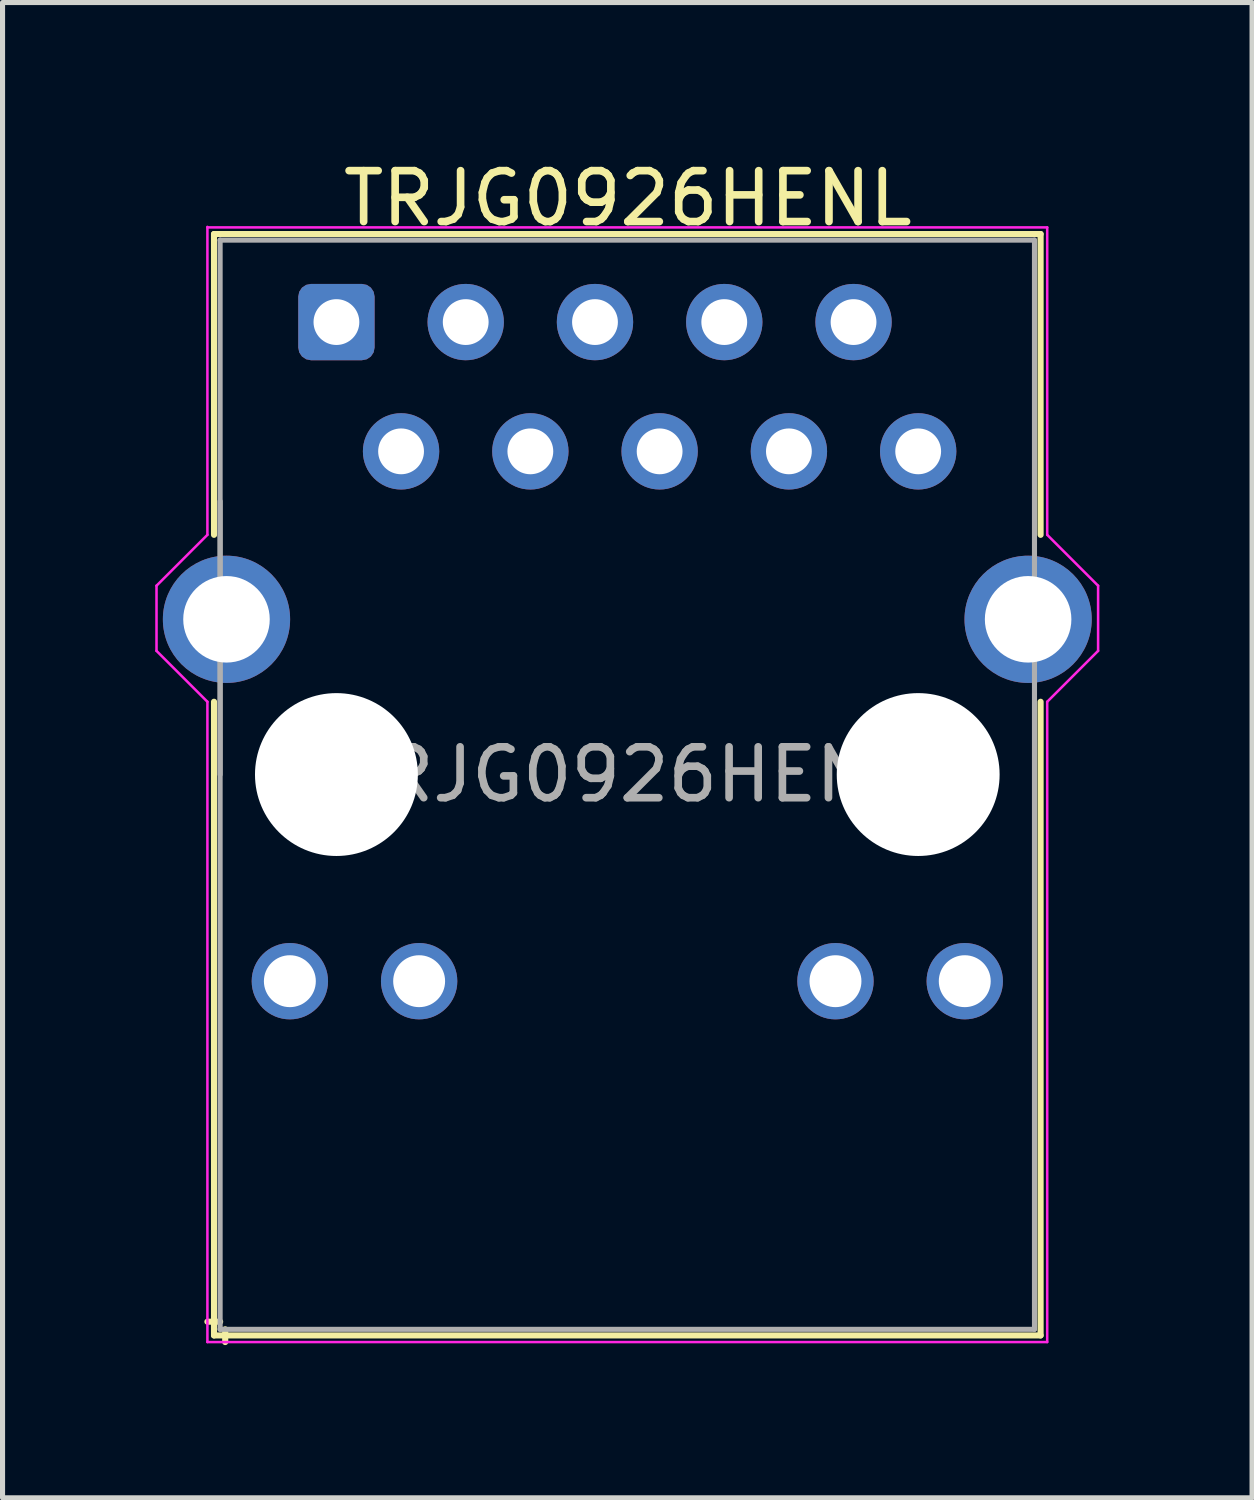
<source format=kicad_pcb>
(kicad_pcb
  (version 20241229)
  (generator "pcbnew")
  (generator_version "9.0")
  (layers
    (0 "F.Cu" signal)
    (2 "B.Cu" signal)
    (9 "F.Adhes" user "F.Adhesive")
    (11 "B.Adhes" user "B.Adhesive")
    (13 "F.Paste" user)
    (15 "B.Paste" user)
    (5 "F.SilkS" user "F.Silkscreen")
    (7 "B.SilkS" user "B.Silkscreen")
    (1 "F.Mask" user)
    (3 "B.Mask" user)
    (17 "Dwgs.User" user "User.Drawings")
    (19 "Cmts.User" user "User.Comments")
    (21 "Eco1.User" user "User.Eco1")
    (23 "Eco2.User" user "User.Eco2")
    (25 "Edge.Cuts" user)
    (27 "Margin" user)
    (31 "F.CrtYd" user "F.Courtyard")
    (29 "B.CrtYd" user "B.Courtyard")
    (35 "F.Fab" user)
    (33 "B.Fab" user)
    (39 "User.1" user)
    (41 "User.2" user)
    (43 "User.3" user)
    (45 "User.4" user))
  (footprint "TRJG0926HENL"
    (layer "F.Cu")
    (at 9.275 12.168)
    (property "Reference" "TRJG0926HENL" (at 0.01 -11.32 0) (layer "F.SilkS") (effects (font (size 1 1) (thickness 0.15))))
    (attr through_hole)
    (fp_line (start -8.12 -10.62) (end -8.12 -4.71) (stroke (width 0.12) (type solid)) (layer "F.SilkS"))
    (fp_line (start -8.12 -10.62) (end 8.12 -10.62) (stroke (width 0.12) (type solid)) (layer "F.SilkS"))
    (fp_line (start -8.12 -1.43) (end -8.12 11.02) (stroke (width 0.12) (type solid)) (layer "F.SilkS"))
    (fp_line (start -8 10.75) (end -8.25 10.75) (stroke (width 0.12) (type solid)) (layer "F.SilkS"))
    (fp_line (start -7.9 10.9) (end -7.9 11.15) (stroke (width 0.12) (type solid)) (layer "F.SilkS"))
    (fp_line (start 8.12 -10.62) (end 8.12 -4.71) (stroke (width 0.12) (type solid)) (layer "F.SilkS"))
    (fp_line (start 8.12 -1.43) (end 8.12 11.02) (stroke (width 0.12) (type solid)) (layer "F.SilkS"))
    (fp_line (start 8.12 11.02) (end -8.12 11.02) (stroke (width 0.12) (type solid)) (layer "F.SilkS"))
    (fp_line (start -9.25 -2.43) (end -9.25 -3.71) (stroke (width 0.05) (type solid)) (layer "F.CrtYd"))
    (fp_line (start -9.25 -2.43) (end -8.25 -1.43) (stroke (width 0.05) (type solid)) (layer "F.CrtYd"))
    (fp_line (start -8.25 -10.75) (end 8.25 -10.75) (stroke (width 0.05) (type solid)) (layer "F.CrtYd"))
    (fp_line (start -8.25 -4.71) (end -9.25 -3.71) (stroke (width 0.05) (type solid)) (layer "F.CrtYd"))
    (fp_line (start -8.25 -4.71) (end -8.25 -10.76) (stroke (width 0.05) (type solid)) (layer "F.CrtYd"))
    (fp_line (start -8.25 -1.43) (end -8.25 11.15) (stroke (width 0.05) (type solid)) (layer "F.CrtYd"))
    (fp_line (start -8.25 11.15) (end 8.25 11.15) (stroke (width 0.05) (type solid)) (layer "F.CrtYd"))
    (fp_line (start 8.25 -4.71) (end 8.25 -10.75) (stroke (width 0.05) (type solid)) (layer "F.CrtYd"))
    (fp_line (start 8.25 -4.71) (end 9.25 -3.71) (stroke (width 0.05) (type solid)) (layer "F.CrtYd"))
    (fp_line (start 8.25 -1.43) (end 8.25 11.15) (stroke (width 0.05) (type solid)) (layer "F.CrtYd"))
    (fp_line (start 9.25 -2.43) (end 8.25 -1.43) (stroke (width 0.05) (type solid)) (layer "F.CrtYd"))
    (fp_line (start 9.25 -2.43) (end 9.25 -3.71) (stroke (width 0.05) (type solid)) (layer "F.CrtYd"))
    (fp_line (start -8 -10.5) (end -8 0) (stroke (width 0.1) (type solid)) (layer "F.Fab"))
    (fp_line (start -8 -10.5) (end 8 -10.5) (stroke (width 0.1) (type solid)) (layer "F.Fab"))
    (fp_line (start -8 -5.37) (end -8 10.9) (stroke (width 0.1) (type solid)) (layer "F.Fab"))
    (fp_line (start -8 10.9) (end 8 10.9) (stroke (width 0.1) (type solid)) (layer "F.Fab"))
    (fp_line (start 8 -10.5) (end 8 10.9) (stroke (width 0.1) (type solid)) (layer "F.Fab"))
    (fp_text user "${REFERENCE}" (at 0 0 0) (layer "F.Fab") (effects (font (size 1 1) (thickness 0.15))))
    (pad "" np_thru_hole circle (at -5.715 0) (size 3.2 3.2) (drill 3.2) (layers "*.Cu" "*.Mask"))
    (pad "" np_thru_hole circle (at 5.715 0) (size 3.2 3.2) (drill 3.2) (layers "*.Cu" "*.Mask"))
    (pad "1" thru_hole roundrect (at -5.715 -8.89) (size 1.5 1.5) (drill 0.9) (layers "*.Cu" "*.Mask") (roundrect_rratio 0.167))
    (pad "2" thru_hole circle (at -4.445 -6.35) (size 1.5 1.5) (drill 0.9) (layers "*.Cu" "*.Mask"))
    (pad "3" thru_hole circle (at -3.175 -8.89) (size 1.5 1.5) (drill 0.9) (layers "*.Cu" "*.Mask"))
    (pad "4" thru_hole circle (at -1.905 -6.35) (size 1.5 1.5) (drill 0.9) (layers "*.Cu" "*.Mask"))
    (pad "5" thru_hole circle (at -0.635 -8.89) (size 1.5 1.5) (drill 0.9) (layers "*.Cu" "*.Mask"))
    (pad "6" thru_hole circle (at 0.635 -6.35 90) (size 1.5 1.5) (drill 0.9) (layers "*.Cu" "*.Mask"))
    (pad "7" thru_hole circle (at 1.905 -8.89) (size 1.5 1.5) (drill 0.9) (layers "*.Cu" "*.Mask"))
    (pad "8" thru_hole circle (at 3.175 -6.35) (size 1.5 1.5) (drill 0.9) (layers "*.Cu" "*.Mask"))
    (pad "9" thru_hole circle (at 4.445 -8.89) (size 1.5 1.5) (drill 0.9) (layers "*.Cu" "*.Mask"))
    (pad "10" thru_hole circle (at 5.715 -6.35) (size 1.5 1.5) (drill 0.9) (layers "*.Cu" "*.Mask"))
    (pad "11" thru_hole circle (at -6.63 4.06) (size 1.5 1.5) (drill 1.02) (layers "*.Cu" "*.Mask"))
    (pad "12" thru_hole circle (at -4.09 4.06) (size 1.5 1.5) (drill 1.02) (layers "*.Cu" "*.Mask"))
    (pad "13" thru_hole circle (at 4.09 4.06 90) (size 1.5 1.5) (drill 1.02) (layers "*.Cu" "*.Mask"))
    (pad "14" thru_hole circle (at 6.63 4.06) (size 1.5 1.5) (drill 1.02) (layers "*.Cu" "*.Mask"))
    (pad "15" thru_hole circle (at -7.875 -3.05) (size 2.5 2.5) (drill 1.7) (layers "*.Cu" "*.Mask"))
    (pad "16" thru_hole circle (at 7.875 -3.05) (size 2.5 2.5) (drill 1.7) (layers "*.Cu" "*.Mask")))
  (gr_rect
    (start -3 -3)
    (end 21.55 26.378)
    (stroke (width 0.1) (type default))
    (fill no)
    (layer "Edge.Cuts")))
</source>
